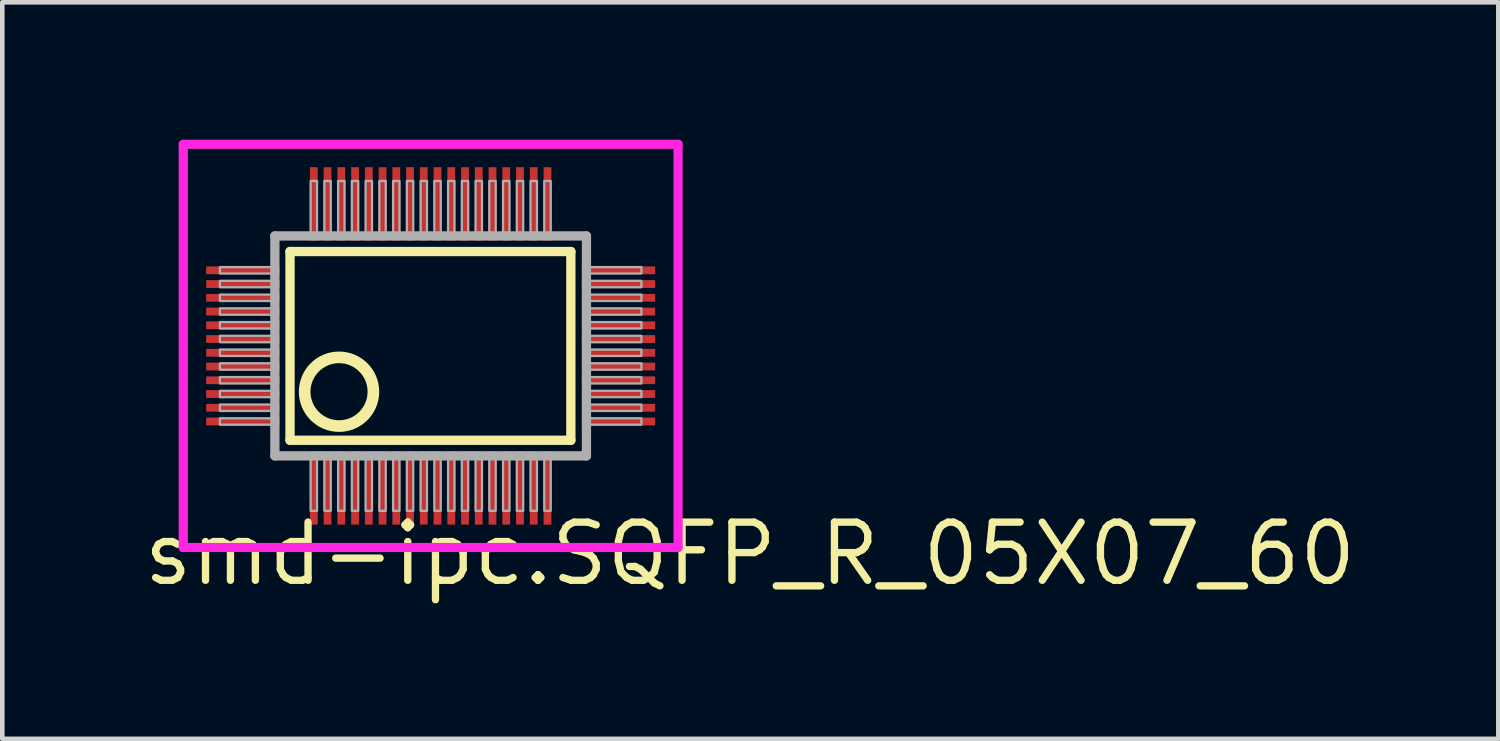
<source format=kicad_pcb>
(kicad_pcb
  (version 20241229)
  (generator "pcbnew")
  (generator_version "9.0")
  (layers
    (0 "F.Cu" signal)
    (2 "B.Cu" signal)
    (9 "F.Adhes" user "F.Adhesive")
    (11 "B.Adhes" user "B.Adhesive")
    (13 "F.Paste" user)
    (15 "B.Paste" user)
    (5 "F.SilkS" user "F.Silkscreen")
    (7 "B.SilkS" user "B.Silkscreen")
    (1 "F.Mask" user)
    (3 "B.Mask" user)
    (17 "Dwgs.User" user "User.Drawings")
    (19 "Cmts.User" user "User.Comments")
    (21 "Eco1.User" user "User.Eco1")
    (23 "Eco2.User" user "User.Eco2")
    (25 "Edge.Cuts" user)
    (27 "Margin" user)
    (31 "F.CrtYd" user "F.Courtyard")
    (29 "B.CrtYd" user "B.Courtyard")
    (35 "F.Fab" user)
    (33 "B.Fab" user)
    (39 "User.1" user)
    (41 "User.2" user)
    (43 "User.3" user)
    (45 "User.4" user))
  (footprint "smd-ipc.SQFP_R_05X07_60"
    (layer "F.Cu")
    (at 6.35 4.5)
    (property "Reference" "smd-ipc.SQFP_R_05X07_60" (at -6.35 5.28 0) (layer "F.SilkS") (effects (font (size 1.27 1.27) (thickness 0.16)) (justify left bottom)))
    (attr smd)
    (fp_line (start -3.07 -2.06) (end 3.06 -2.06) (stroke (width 0.203) (type default)) (layer "F.SilkS"))
    (fp_line (start -3.07 2.06) (end -3.07 -2.06) (stroke (width 0.203) (type default)) (layer "F.SilkS"))
    (fp_line (start 3.06 -2.06) (end 3.06 2.06) (stroke (width 0.203) (type default)) (layer "F.SilkS"))
    (fp_line (start 3.06 2.06) (end -3.07 2.06) (stroke (width 0.203) (type default)) (layer "F.SilkS"))
    (fp_circle (center -2 1) (end -1.25 1) (stroke (width 0.254) (type default)) (fill no) (layer "F.SilkS"))
    (fp_line (start -5.4 -4.4) (end 5.4 -4.4) (stroke (width 0.2) (type default)) (layer "F.CrtYd"))
    (fp_line (start -5.4 4.4) (end -5.4 -4.4) (stroke (width 0.2) (type default)) (layer "F.CrtYd"))
    (fp_line (start 5.4 -4.4) (end 5.4 4.4) (stroke (width 0.2) (type default)) (layer "F.CrtYd"))
    (fp_line (start 5.4 4.4) (end -5.4 4.4) (stroke (width 0.2) (type default)) (layer "F.CrtYd"))
    (fp_line (start -3.4 -2.4) (end -3.4 2.4) (stroke (width 0.203) (type default)) (layer "F.Fab"))
    (fp_line (start -3.4 2.4) (end 3.4 2.4) (stroke (width 0.203) (type default)) (layer "F.Fab"))
    (fp_line (start 3.4 -2.4) (end -3.4 -2.4) (stroke (width 0.203) (type default)) (layer "F.Fab"))
    (fp_line (start 3.4 2.4) (end 3.4 -2.4) (stroke (width 0.203) (type default)) (layer "F.Fab"))
    (fp_rect (start -4.6 -1.58) (end -3.45 -1.72) (stroke (width 0.05) (type default)) (fill no) (layer "F.Fab"))
    (fp_rect (start -4.6 -1.28) (end -3.45 -1.42) (stroke (width 0.05) (type default)) (fill no) (layer "F.Fab"))
    (fp_rect (start -4.6 -0.98) (end -3.45 -1.12) (stroke (width 0.05) (type default)) (fill no) (layer "F.Fab"))
    (fp_rect (start -4.6 -0.68) (end -3.45 -0.82) (stroke (width 0.05) (type default)) (fill no) (layer "F.Fab"))
    (fp_rect (start -4.6 -0.38) (end -3.45 -0.52) (stroke (width 0.05) (type default)) (fill no) (layer "F.Fab"))
    (fp_rect (start -4.6 -0.08) (end -3.45 -0.22) (stroke (width 0.05) (type default)) (fill no) (layer "F.Fab"))
    (fp_rect (start -4.6 0.22) (end -3.45 0.08) (stroke (width 0.05) (type default)) (fill no) (layer "F.Fab"))
    (fp_rect (start -4.6 0.52) (end -3.45 0.38) (stroke (width 0.05) (type default)) (fill no) (layer "F.Fab"))
    (fp_rect (start -4.6 0.82) (end -3.45 0.68) (stroke (width 0.05) (type default)) (fill no) (layer "F.Fab"))
    (fp_rect (start -4.6 1.12) (end -3.45 0.98) (stroke (width 0.05) (type default)) (fill no) (layer "F.Fab"))
    (fp_rect (start -4.6 1.42) (end -3.45 1.28) (stroke (width 0.05) (type default)) (fill no) (layer "F.Fab"))
    (fp_rect (start -4.6 1.72) (end -3.45 1.58) (stroke (width 0.05) (type default)) (fill no) (layer "F.Fab"))
    (fp_rect (start -2.62 -2.45) (end -2.48 -3.6) (stroke (width 0.05) (type default)) (fill no) (layer "F.Fab"))
    (fp_rect (start -2.62 3.6) (end -2.48 2.45) (stroke (width 0.05) (type default)) (fill no) (layer "F.Fab"))
    (fp_rect (start -2.32 -2.45) (end -2.18 -3.6) (stroke (width 0.05) (type default)) (fill no) (layer "F.Fab"))
    (fp_rect (start -2.32 3.6) (end -2.18 2.45) (stroke (width 0.05) (type default)) (fill no) (layer "F.Fab"))
    (fp_rect (start -2.02 -2.45) (end -1.88 -3.6) (stroke (width 0.05) (type default)) (fill no) (layer "F.Fab"))
    (fp_rect (start -2.02 3.6) (end -1.88 2.45) (stroke (width 0.05) (type default)) (fill no) (layer "F.Fab"))
    (fp_rect (start -1.72 -2.45) (end -1.58 -3.6) (stroke (width 0.05) (type default)) (fill no) (layer "F.Fab"))
    (fp_rect (start -1.72 3.6) (end -1.58 2.45) (stroke (width 0.05) (type default)) (fill no) (layer "F.Fab"))
    (fp_rect (start -1.42 -2.45) (end -1.28 -3.6) (stroke (width 0.05) (type default)) (fill no) (layer "F.Fab"))
    (fp_rect (start -1.42 3.6) (end -1.28 2.45) (stroke (width 0.05) (type default)) (fill no) (layer "F.Fab"))
    (fp_rect (start -1.12 -2.45) (end -0.98 -3.6) (stroke (width 0.05) (type default)) (fill no) (layer "F.Fab"))
    (fp_rect (start -1.12 3.6) (end -0.98 2.45) (stroke (width 0.05) (type default)) (fill no) (layer "F.Fab"))
    (fp_rect (start -0.82 -2.45) (end -0.68 -3.6) (stroke (width 0.05) (type default)) (fill no) (layer "F.Fab"))
    (fp_rect (start -0.82 3.6) (end -0.68 2.45) (stroke (width 0.05) (type default)) (fill no) (layer "F.Fab"))
    (fp_rect (start -0.52 -2.45) (end -0.38 -3.6) (stroke (width 0.05) (type default)) (fill no) (layer "F.Fab"))
    (fp_rect (start -0.52 3.6) (end -0.38 2.45) (stroke (width 0.05) (type default)) (fill no) (layer "F.Fab"))
    (fp_rect (start -0.22 -2.45) (end -0.08 -3.6) (stroke (width 0.05) (type default)) (fill no) (layer "F.Fab"))
    (fp_rect (start -0.22 3.6) (end -0.08 2.45) (stroke (width 0.05) (type default)) (fill no) (layer "F.Fab"))
    (fp_rect (start 0.08 -2.45) (end 0.22 -3.6) (stroke (width 0.05) (type default)) (fill no) (layer "F.Fab"))
    (fp_rect (start 0.08 3.6) (end 0.22 2.45) (stroke (width 0.05) (type default)) (fill no) (layer "F.Fab"))
    (fp_rect (start 0.38 -2.45) (end 0.52 -3.6) (stroke (width 0.05) (type default)) (fill no) (layer "F.Fab"))
    (fp_rect (start 0.38 3.6) (end 0.52 2.45) (stroke (width 0.05) (type default)) (fill no) (layer "F.Fab"))
    (fp_rect (start 0.68 -2.45) (end 0.82 -3.6) (stroke (width 0.05) (type default)) (fill no) (layer "F.Fab"))
    (fp_rect (start 0.68 3.6) (end 0.82 2.45) (stroke (width 0.05) (type default)) (fill no) (layer "F.Fab"))
    (fp_rect (start 0.98 -2.45) (end 1.12 -3.6) (stroke (width 0.05) (type default)) (fill no) (layer "F.Fab"))
    (fp_rect (start 0.98 3.6) (end 1.12 2.45) (stroke (width 0.05) (type default)) (fill no) (layer "F.Fab"))
    (fp_rect (start 1.28 -2.45) (end 1.42 -3.6) (stroke (width 0.05) (type default)) (fill no) (layer "F.Fab"))
    (fp_rect (start 1.28 3.6) (end 1.42 2.45) (stroke (width 0.05) (type default)) (fill no) (layer "F.Fab"))
    (fp_rect (start 1.58 -2.45) (end 1.72 -3.6) (stroke (width 0.05) (type default)) (fill no) (layer "F.Fab"))
    (fp_rect (start 1.58 3.6) (end 1.72 2.45) (stroke (width 0.05) (type default)) (fill no) (layer "F.Fab"))
    (fp_rect (start 1.88 -2.45) (end 2.02 -3.6) (stroke (width 0.05) (type default)) (fill no) (layer "F.Fab"))
    (fp_rect (start 1.88 3.6) (end 2.02 2.45) (stroke (width 0.05) (type default)) (fill no) (layer "F.Fab"))
    (fp_rect (start 2.18 -2.45) (end 2.32 -3.6) (stroke (width 0.05) (type default)) (fill no) (layer "F.Fab"))
    (fp_rect (start 2.18 3.6) (end 2.32 2.45) (stroke (width 0.05) (type default)) (fill no) (layer "F.Fab"))
    (fp_rect (start 2.48 -2.45) (end 2.62 -3.6) (stroke (width 0.05) (type default)) (fill no) (layer "F.Fab"))
    (fp_rect (start 2.48 3.6) (end 2.62 2.45) (stroke (width 0.05) (type default)) (fill no) (layer "F.Fab"))
    (fp_rect (start 3.45 -1.58) (end 4.6 -1.72) (stroke (width 0.05) (type default)) (fill no) (layer "F.Fab"))
    (fp_rect (start 3.45 -1.28) (end 4.6 -1.42) (stroke (width 0.05) (type default)) (fill no) (layer "F.Fab"))
    (fp_rect (start 3.45 -0.98) (end 4.6 -1.12) (stroke (width 0.05) (type default)) (fill no) (layer "F.Fab"))
    (fp_rect (start 3.45 -0.68) (end 4.6 -0.82) (stroke (width 0.05) (type default)) (fill no) (layer "F.Fab"))
    (fp_rect (start 3.45 -0.38) (end 4.6 -0.52) (stroke (width 0.05) (type default)) (fill no) (layer "F.Fab"))
    (fp_rect (start 3.45 -0.08) (end 4.6 -0.22) (stroke (width 0.05) (type default)) (fill no) (layer "F.Fab"))
    (fp_rect (start 3.45 0.22) (end 4.6 0.08) (stroke (width 0.05) (type default)) (fill no) (layer "F.Fab"))
    (fp_rect (start 3.45 0.52) (end 4.6 0.38) (stroke (width 0.05) (type default)) (fill no) (layer "F.Fab"))
    (fp_rect (start 3.45 0.82) (end 4.6 0.68) (stroke (width 0.05) (type default)) (fill no) (layer "F.Fab"))
    (fp_rect (start 3.45 1.12) (end 4.6 0.98) (stroke (width 0.05) (type default)) (fill no) (layer "F.Fab"))
    (fp_rect (start 3.45 1.42) (end 4.6 1.28) (stroke (width 0.05) (type default)) (fill no) (layer "F.Fab"))
    (fp_rect (start 3.45 1.72) (end 4.6 1.58) (stroke (width 0.05) (type default)) (fill no) (layer "F.Fab"))
    (pad "1" smd roundrect (at -2.55 3.1) (size 0.17 1.6) (layers "F.Cu" "F.Mask" "F.Paste") (roundrect_rratio 0.01))
    (pad "2" smd roundrect (at -2.25 3.1) (size 0.17 1.6) (layers "F.Cu" "F.Mask" "F.Paste") (roundrect_rratio 0.01))
    (pad "3" smd roundrect (at -1.95 3.1) (size 0.17 1.6) (layers "F.Cu" "F.Mask" "F.Paste") (roundrect_rratio 0.01))
    (pad "4" smd roundrect (at -1.65 3.1) (size 0.17 1.6) (layers "F.Cu" "F.Mask" "F.Paste") (roundrect_rratio 0.01))
    (pad "5" smd roundrect (at -1.35 3.1) (size 0.17 1.6) (layers "F.Cu" "F.Mask" "F.Paste") (roundrect_rratio 0.01))
    (pad "6" smd roundrect (at -1.05 3.1) (size 0.17 1.6) (layers "F.Cu" "F.Mask" "F.Paste") (roundrect_rratio 0.01))
    (pad "7" smd roundrect (at -0.75 3.1) (size 0.17 1.6) (layers "F.Cu" "F.Mask" "F.Paste") (roundrect_rratio 0.01))
    (pad "8" smd roundrect (at -0.45 3.1) (size 0.17 1.6) (layers "F.Cu" "F.Mask" "F.Paste") (roundrect_rratio 0.01))
    (pad "9" smd roundrect (at -0.15 3.1) (size 0.17 1.6) (layers "F.Cu" "F.Mask" "F.Paste") (roundrect_rratio 0.01))
    (pad "10" smd roundrect (at 0.15 3.1) (size 0.17 1.6) (layers "F.Cu" "F.Mask" "F.Paste") (roundrect_rratio 0.01))
    (pad "11" smd roundrect (at 0.45 3.1) (size 0.17 1.6) (layers "F.Cu" "F.Mask" "F.Paste") (roundrect_rratio 0.01))
    (pad "12" smd roundrect (at 0.75 3.1) (size 0.17 1.6) (layers "F.Cu" "F.Mask" "F.Paste") (roundrect_rratio 0.01))
    (pad "13" smd roundrect (at 1.05 3.1) (size 0.17 1.6) (layers "F.Cu" "F.Mask" "F.Paste") (roundrect_rratio 0.01))
    (pad "14" smd roundrect (at 1.35 3.1) (size 0.17 1.6) (layers "F.Cu" "F.Mask" "F.Paste") (roundrect_rratio 0.01))
    (pad "15" smd roundrect (at 1.65 3.1) (size 0.17 1.6) (layers "F.Cu" "F.Mask" "F.Paste") (roundrect_rratio 0.01))
    (pad "16" smd roundrect (at 1.95 3.1) (size 0.17 1.6) (layers "F.Cu" "F.Mask" "F.Paste") (roundrect_rratio 0.01))
    (pad "17" smd roundrect (at 2.25 3.1) (size 0.17 1.6) (layers "F.Cu" "F.Mask" "F.Paste") (roundrect_rratio 0.01))
    (pad "18" smd roundrect (at 2.55 3.1) (size 0.17 1.6) (layers "F.Cu" "F.Mask" "F.Paste") (roundrect_rratio 0.01))
    (pad "19" smd roundrect (at 4.1 1.65) (size 1.6 0.17) (layers "F.Cu" "F.Mask" "F.Paste") (roundrect_rratio 0.01))
    (pad "20" smd roundrect (at 4.1 1.35) (size 1.6 0.17) (layers "F.Cu" "F.Mask" "F.Paste") (roundrect_rratio 0.01))
    (pad "21" smd roundrect (at 4.1 1.05) (size 1.6 0.17) (layers "F.Cu" "F.Mask" "F.Paste") (roundrect_rratio 0.01))
    (pad "22" smd roundrect (at 4.1 0.75) (size 1.6 0.17) (layers "F.Cu" "F.Mask" "F.Paste") (roundrect_rratio 0.01))
    (pad "23" smd roundrect (at 4.1 0.45) (size 1.6 0.17) (layers "F.Cu" "F.Mask" "F.Paste") (roundrect_rratio 0.01))
    (pad "24" smd roundrect (at 4.1 0.15) (size 1.6 0.17) (layers "F.Cu" "F.Mask" "F.Paste") (roundrect_rratio 0.01))
    (pad "25" smd roundrect (at 4.1 -0.15) (size 1.6 0.17) (layers "F.Cu" "F.Mask" "F.Paste") (roundrect_rratio 0.01))
    (pad "26" smd roundrect (at 4.1 -0.45) (size 1.6 0.17) (layers "F.Cu" "F.Mask" "F.Paste") (roundrect_rratio 0.01))
    (pad "27" smd roundrect (at 4.1 -0.75) (size 1.6 0.17) (layers "F.Cu" "F.Mask" "F.Paste") (roundrect_rratio 0.01))
    (pad "28" smd roundrect (at 4.1 -1.05) (size 1.6 0.17) (layers "F.Cu" "F.Mask" "F.Paste") (roundrect_rratio 0.01))
    (pad "29" smd roundrect (at 4.1 -1.35) (size 1.6 0.17) (layers "F.Cu" "F.Mask" "F.Paste") (roundrect_rratio 0.01))
    (pad "30" smd roundrect (at 4.1 -1.65) (size 1.6 0.17) (layers "F.Cu" "F.Mask" "F.Paste") (roundrect_rratio 0.01))
    (pad "31" smd roundrect (at 2.55 -3.1) (size 0.17 1.6) (layers "F.Cu" "F.Mask" "F.Paste") (roundrect_rratio 0.01))
    (pad "32" smd roundrect (at 2.25 -3.1) (size 0.17 1.6) (layers "F.Cu" "F.Mask" "F.Paste") (roundrect_rratio 0.01))
    (pad "33" smd roundrect (at 1.95 -3.1) (size 0.17 1.6) (layers "F.Cu" "F.Mask" "F.Paste") (roundrect_rratio 0.01))
    (pad "34" smd roundrect (at 1.65 -3.1) (size 0.17 1.6) (layers "F.Cu" "F.Mask" "F.Paste") (roundrect_rratio 0.01))
    (pad "35" smd roundrect (at 1.35 -3.1) (size 0.17 1.6) (layers "F.Cu" "F.Mask" "F.Paste") (roundrect_rratio 0.01))
    (pad "36" smd roundrect (at 1.05 -3.1) (size 0.17 1.6) (layers "F.Cu" "F.Mask" "F.Paste") (roundrect_rratio 0.01))
    (pad "37" smd roundrect (at 0.75 -3.1) (size 0.17 1.6) (layers "F.Cu" "F.Mask" "F.Paste") (roundrect_rratio 0.01))
    (pad "38" smd roundrect (at 0.45 -3.1) (size 0.17 1.6) (layers "F.Cu" "F.Mask" "F.Paste") (roundrect_rratio 0.01))
    (pad "39" smd roundrect (at 0.15 -3.1) (size 0.17 1.6) (layers "F.Cu" "F.Mask" "F.Paste") (roundrect_rratio 0.01))
    (pad "40" smd roundrect (at -0.15 -3.1) (size 0.17 1.6) (layers "F.Cu" "F.Mask" "F.Paste") (roundrect_rratio 0.01))
    (pad "41" smd roundrect (at -0.45 -3.1) (size 0.17 1.6) (layers "F.Cu" "F.Mask" "F.Paste") (roundrect_rratio 0.01))
    (pad "42" smd roundrect (at -0.75 -3.1) (size 0.17 1.6) (layers "F.Cu" "F.Mask" "F.Paste") (roundrect_rratio 0.01))
    (pad "43" smd roundrect (at -1.05 -3.1) (size 0.17 1.6) (layers "F.Cu" "F.Mask" "F.Paste") (roundrect_rratio 0.01))
    (pad "44" smd roundrect (at -1.35 -3.1) (size 0.17 1.6) (layers "F.Cu" "F.Mask" "F.Paste") (roundrect_rratio 0.01))
    (pad "45" smd roundrect (at -1.65 -3.1) (size 0.17 1.6) (layers "F.Cu" "F.Mask" "F.Paste") (roundrect_rratio 0.01))
    (pad "46" smd roundrect (at -1.95 -3.1) (size 0.17 1.6) (layers "F.Cu" "F.Mask" "F.Paste") (roundrect_rratio 0.01))
    (pad "47" smd roundrect (at -2.25 -3.1) (size 0.17 1.6) (layers "F.Cu" "F.Mask" "F.Paste") (roundrect_rratio 0.01))
    (pad "48" smd roundrect (at -2.55 -3.1) (size 0.17 1.6) (layers "F.Cu" "F.Mask" "F.Paste") (roundrect_rratio 0.01))
    (pad "49" smd roundrect (at -4.1 -1.65) (size 1.6 0.17) (layers "F.Cu" "F.Mask" "F.Paste") (roundrect_rratio 0.01))
    (pad "50" smd roundrect (at -4.1 -1.35) (size 1.6 0.17) (layers "F.Cu" "F.Mask" "F.Paste") (roundrect_rratio 0.01))
    (pad "51" smd roundrect (at -4.1 -1.05) (size 1.6 0.17) (layers "F.Cu" "F.Mask" "F.Paste") (roundrect_rratio 0.01))
    (pad "52" smd roundrect (at -4.1 -0.75) (size 1.6 0.17) (layers "F.Cu" "F.Mask" "F.Paste") (roundrect_rratio 0.01))
    (pad "53" smd roundrect (at -4.1 -0.45) (size 1.6 0.17) (layers "F.Cu" "F.Mask" "F.Paste") (roundrect_rratio 0.01))
    (pad "54" smd roundrect (at -4.1 -0.15) (size 1.6 0.17) (layers "F.Cu" "F.Mask" "F.Paste") (roundrect_rratio 0.01))
    (pad "55" smd roundrect (at -4.1 0.15) (size 1.6 0.17) (layers "F.Cu" "F.Mask" "F.Paste") (roundrect_rratio 0.01))
    (pad "56" smd roundrect (at -4.1 0.45) (size 1.6 0.17) (layers "F.Cu" "F.Mask" "F.Paste") (roundrect_rratio 0.01))
    (pad "57" smd roundrect (at -4.1 0.75) (size 1.6 0.17) (layers "F.Cu" "F.Mask" "F.Paste") (roundrect_rratio 0.01))
    (pad "58" smd roundrect (at -4.1 1.05) (size 1.6 0.17) (layers "F.Cu" "F.Mask" "F.Paste") (roundrect_rratio 0.01))
    (pad "59" smd roundrect (at -4.1 1.35) (size 1.6 0.17) (layers "F.Cu" "F.Mask" "F.Paste") (roundrect_rratio 0.01))
    (pad "60" smd roundrect (at -4.1 1.65) (size 1.6 0.17) (layers "F.Cu" "F.Mask" "F.Paste") (roundrect_rratio 0.01)))
  (gr_rect
    (start -3 -3)
    (end 29.654 13.077)
    (stroke (width 0.1) (type default))
    (fill no)
    (layer "Edge.Cuts")))
</source>
